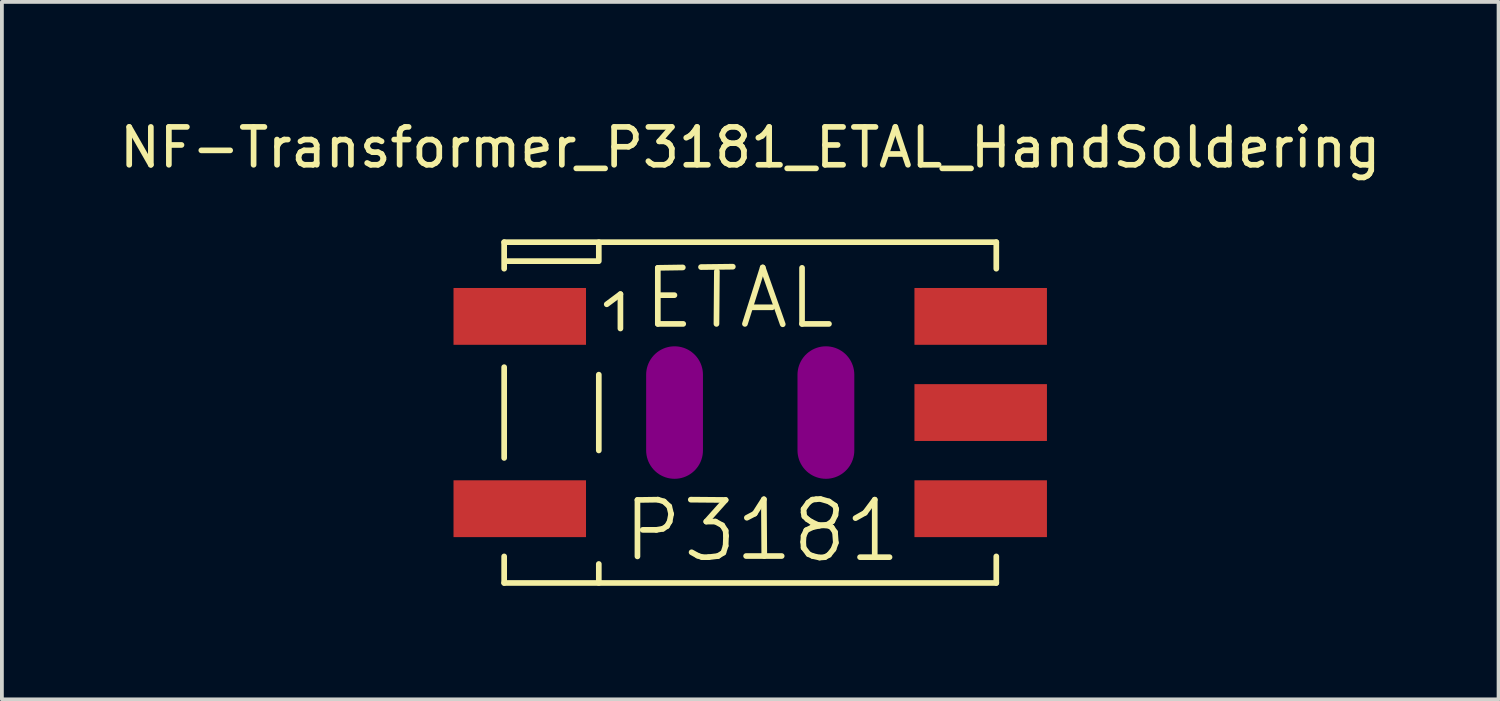
<source format=kicad_pcb>
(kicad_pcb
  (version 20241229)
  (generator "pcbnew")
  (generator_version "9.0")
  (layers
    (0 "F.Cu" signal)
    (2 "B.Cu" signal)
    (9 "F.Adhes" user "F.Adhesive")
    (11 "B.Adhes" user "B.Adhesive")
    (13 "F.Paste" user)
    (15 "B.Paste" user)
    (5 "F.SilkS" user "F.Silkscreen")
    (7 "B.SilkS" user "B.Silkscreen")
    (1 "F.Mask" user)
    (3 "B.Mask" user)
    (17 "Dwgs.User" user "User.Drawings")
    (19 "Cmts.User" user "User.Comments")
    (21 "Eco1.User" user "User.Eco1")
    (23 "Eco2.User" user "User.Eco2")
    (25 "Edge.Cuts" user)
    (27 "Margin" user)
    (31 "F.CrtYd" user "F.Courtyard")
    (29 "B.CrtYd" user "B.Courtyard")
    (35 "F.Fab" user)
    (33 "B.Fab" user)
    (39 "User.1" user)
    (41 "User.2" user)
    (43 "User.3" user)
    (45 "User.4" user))
  (footprint "NF-Transformer_P3181_ETAL_HandSoldering"
    (layer "F.Cu")
    (at 16.768 7.848)
    (property "Reference" "NF-Transformer_P3181_ETAL_HandSoldering" (at 0 -7 0) (layer "F.SilkS") (effects (font (size 1 1) (thickness 0.15))))
    (attr smd)
    (fp_line (start -6.5 -4.501) (end -6.5 -3.8) (stroke (width 0.15) (type solid)) (layer "F.SilkS"))
    (fp_line (start -6.5 -1.199) (end -6.5 1.199) (stroke (width 0.15) (type solid)) (layer "F.SilkS"))
    (fp_line (start -6.5 3.8) (end -6.5 4.501) (stroke (width 0.15) (type solid)) (layer "F.SilkS"))
    (fp_line (start -6.5 4.501) (end 6.5 4.501) (stroke (width 0.15) (type solid)) (layer "F.SilkS"))
    (fp_line (start -4.021 -4) (end -6.421 -4) (stroke (width 0.15) (type solid)) (layer "F.SilkS"))
    (fp_line (start -4 -4.501) (end -4 -4) (stroke (width 0.15) (type solid)) (layer "F.SilkS"))
    (fp_line (start -4 -1.001) (end -4 1.001) (stroke (width 0.15) (type solid)) (layer "F.SilkS"))
    (fp_line (start -4 4.501) (end -4 4) (stroke (width 0.15) (type solid)) (layer "F.SilkS"))
    (fp_line (start -3.79 -2.86) (end -3.429 -3.129) (stroke (width 0.15) (type solid)) (layer "F.SilkS"))
    (fp_line (start -3.429 -3.129) (end -3.429 -2.22) (stroke (width 0.15) (type solid)) (layer "F.SilkS"))
    (fp_line (start -2.979 2.309) (end -2.438 2.301) (stroke (width 0.15) (type solid)) (layer "F.SilkS"))
    (fp_line (start -2.979 3.8) (end -2.979 2.309) (stroke (width 0.15) (type solid)) (layer "F.SilkS"))
    (fp_line (start -2.479 3.099) (end -2.84 3.099) (stroke (width 0.15) (type solid)) (layer "F.SilkS"))
    (fp_line (start -2.441 -3.823) (end -2.441 -2.342) (stroke (width 0.15) (type solid)) (layer "F.SilkS"))
    (fp_line (start -2.441 -2.342) (end -1.77 -2.342) (stroke (width 0.15) (type solid)) (layer "F.SilkS"))
    (fp_line (start -2.438 2.301) (end -2.278 2.349) (stroke (width 0.15) (type solid)) (layer "F.SilkS"))
    (fp_line (start -2.41 -3.101) (end -2.002 -3.101) (stroke (width 0.15) (type solid)) (layer "F.SilkS"))
    (fp_line (start -2.309 3.071) (end -2.479 3.099) (stroke (width 0.15) (type solid)) (layer "F.SilkS"))
    (fp_line (start -2.278 2.349) (end -2.139 2.479) (stroke (width 0.15) (type solid)) (layer "F.SilkS"))
    (fp_line (start -2.2 3) (end -2.309 3.071) (stroke (width 0.15) (type solid)) (layer "F.SilkS"))
    (fp_line (start -2.139 2.479) (end -2.09 2.68) (stroke (width 0.15) (type solid)) (layer "F.SilkS"))
    (fp_line (start -2.129 2.88) (end -2.2 3) (stroke (width 0.15) (type solid)) (layer "F.SilkS"))
    (fp_line (start -2.09 2.68) (end -2.129 2.88) (stroke (width 0.15) (type solid)) (layer "F.SilkS"))
    (fp_line (start -1.781 -3.833) (end -2.441 -3.823) (stroke (width 0.15) (type solid)) (layer "F.SilkS"))
    (fp_line (start -1.57 2.301) (end -0.65 2.309) (stroke (width 0.15) (type solid)) (layer "F.SilkS"))
    (fp_line (start -1.389 3.78) (end -1.549 3.691) (stroke (width 0.15) (type solid)) (layer "F.SilkS"))
    (fp_line (start -1.3 -3.843) (end -0.46 -3.853) (stroke (width 0.15) (type solid)) (layer "F.SilkS"))
    (fp_line (start -1.27 3.82) (end -1.389 3.78) (stroke (width 0.15) (type solid)) (layer "F.SilkS"))
    (fp_line (start -1.161 2.88) (end -0.919 2.88) (stroke (width 0.15) (type solid)) (layer "F.SilkS"))
    (fp_line (start -1.1 3.82) (end -1.27 3.82) (stroke (width 0.15) (type solid)) (layer "F.SilkS"))
    (fp_line (start -0.919 2.88) (end -0.739 2.979) (stroke (width 0.15) (type solid)) (layer "F.SilkS"))
    (fp_line (start -0.892 -2.342) (end -0.881 -3.731) (stroke (width 0.15) (type solid)) (layer "F.SilkS"))
    (fp_line (start -0.851 3.79) (end -1.1 3.82) (stroke (width 0.15) (type solid)) (layer "F.SilkS"))
    (fp_line (start -0.739 2.979) (end -0.65 3.119) (stroke (width 0.15) (type solid)) (layer "F.SilkS"))
    (fp_line (start -0.709 3.701) (end -0.851 3.79) (stroke (width 0.15) (type solid)) (layer "F.SilkS"))
    (fp_line (start -0.65 2.309) (end -1.161 2.88) (stroke (width 0.15) (type solid)) (layer "F.SilkS"))
    (fp_line (start -0.65 3.119) (end -0.64 3.259) (stroke (width 0.15) (type solid)) (layer "F.SilkS"))
    (fp_line (start -0.65 3.52) (end -0.709 3.701) (stroke (width 0.15) (type solid)) (layer "F.SilkS"))
    (fp_line (start -0.64 3.259) (end -0.65 3.52) (stroke (width 0.15) (type solid)) (layer "F.SilkS"))
    (fp_line (start -0.14 -2.342) (end 0.33 -3.833) (stroke (width 0.15) (type solid)) (layer "F.SilkS"))
    (fp_line (start -0.109 3.79) (end 0.831 3.79) (stroke (width 0.15) (type solid)) (layer "F.SilkS"))
    (fp_line (start -0.089 2.779) (end 0.119 2.67) (stroke (width 0.15) (type solid)) (layer "F.SilkS"))
    (fp_line (start 0.038 -2.781) (end 0.579 -2.781) (stroke (width 0.15) (type solid)) (layer "F.SilkS"))
    (fp_line (start 0.119 2.67) (end 0.361 2.291) (stroke (width 0.15) (type solid)) (layer "F.SilkS"))
    (fp_line (start 0.33 -3.833) (end 0.859 -2.332) (stroke (width 0.15) (type solid)) (layer "F.SilkS"))
    (fp_line (start 0.361 2.291) (end 0.371 3.79) (stroke (width 0.15) (type solid)) (layer "F.SilkS"))
    (fp_line (start 1.369 -3.823) (end 1.369 -2.342) (stroke (width 0.15) (type solid)) (layer "F.SilkS"))
    (fp_line (start 1.369 -2.342) (end 2.08 -2.342) (stroke (width 0.15) (type solid)) (layer "F.SilkS"))
    (fp_line (start 1.4 3.419) (end 1.41 3.259) (stroke (width 0.15) (type solid)) (layer "F.SilkS"))
    (fp_line (start 1.41 2.55) (end 1.41 2.639) (stroke (width 0.15) (type solid)) (layer "F.SilkS"))
    (fp_line (start 1.41 2.639) (end 1.43 2.741) (stroke (width 0.15) (type solid)) (layer "F.SilkS"))
    (fp_line (start 1.41 3.259) (end 1.481 3.109) (stroke (width 0.15) (type solid)) (layer "F.SilkS"))
    (fp_line (start 1.41 3.571) (end 1.4 3.419) (stroke (width 0.15) (type solid)) (layer "F.SilkS"))
    (fp_line (start 1.43 2.741) (end 1.511 2.819) (stroke (width 0.15) (type solid)) (layer "F.SilkS"))
    (fp_line (start 1.481 3.109) (end 1.641 3.03) (stroke (width 0.15) (type solid)) (layer "F.SilkS"))
    (fp_line (start 1.511 2.819) (end 1.621 2.891) (stroke (width 0.15) (type solid)) (layer "F.SilkS"))
    (fp_line (start 1.532 2.38) (end 1.41 2.55) (stroke (width 0.15) (type solid)) (layer "F.SilkS"))
    (fp_line (start 1.539 3.739) (end 1.41 3.571) (stroke (width 0.15) (type solid)) (layer "F.SilkS"))
    (fp_line (start 1.621 2.891) (end 1.791 2.969) (stroke (width 0.15) (type solid)) (layer "F.SilkS"))
    (fp_line (start 1.641 2.301) (end 1.532 2.38) (stroke (width 0.15) (type solid)) (layer "F.SilkS"))
    (fp_line (start 1.641 3.03) (end 1.821 2.99) (stroke (width 0.15) (type solid)) (layer "F.SilkS"))
    (fp_line (start 1.651 3.79) (end 1.539 3.739) (stroke (width 0.15) (type solid)) (layer "F.SilkS"))
    (fp_line (start 1.74 2.291) (end 1.641 2.301) (stroke (width 0.15) (type solid)) (layer "F.SilkS"))
    (fp_line (start 1.791 2.969) (end 2.08 2.99) (stroke (width 0.15) (type solid)) (layer "F.SilkS"))
    (fp_line (start 1.821 2.99) (end 2.05 2.959) (stroke (width 0.15) (type solid)) (layer "F.SilkS"))
    (fp_line (start 1.831 3.83) (end 1.651 3.79) (stroke (width 0.15) (type solid)) (layer "F.SilkS"))
    (fp_line (start 1.849 2.281) (end 1.74 2.291) (stroke (width 0.15) (type solid)) (layer "F.SilkS"))
    (fp_line (start 1.971 3.82) (end 1.831 3.83) (stroke (width 0.15) (type solid)) (layer "F.SilkS"))
    (fp_line (start 2.05 2.959) (end 2.169 2.87) (stroke (width 0.15) (type solid)) (layer "F.SilkS"))
    (fp_line (start 2.08 2.349) (end 1.88 2.291) (stroke (width 0.15) (type solid)) (layer "F.SilkS"))
    (fp_line (start 2.08 2.99) (end 2.151 3.03) (stroke (width 0.15) (type solid)) (layer "F.SilkS"))
    (fp_line (start 2.08 3.759) (end 1.971 3.82) (stroke (width 0.15) (type solid)) (layer "F.SilkS"))
    (fp_line (start 2.151 3.03) (end 2.24 3.16) (stroke (width 0.15) (type solid)) (layer "F.SilkS"))
    (fp_line (start 2.169 2.87) (end 2.25 2.71) (stroke (width 0.15) (type solid)) (layer "F.SilkS"))
    (fp_line (start 2.2 3.609) (end 2.08 3.759) (stroke (width 0.15) (type solid)) (layer "F.SilkS"))
    (fp_line (start 2.24 2.459) (end 2.08 2.349) (stroke (width 0.15) (type solid)) (layer "F.SilkS"))
    (fp_line (start 2.24 3.16) (end 2.261 3.439) (stroke (width 0.15) (type solid)) (layer "F.SilkS"))
    (fp_line (start 2.25 2.71) (end 2.271 2.55) (stroke (width 0.15) (type solid)) (layer "F.SilkS"))
    (fp_line (start 2.261 3.439) (end 2.2 3.609) (stroke (width 0.15) (type solid)) (layer "F.SilkS"))
    (fp_line (start 2.271 2.55) (end 2.24 2.459) (stroke (width 0.15) (type solid)) (layer "F.SilkS"))
    (fp_line (start 2.781 2.789) (end 3.03 2.649) (stroke (width 0.15) (type solid)) (layer "F.SilkS"))
    (fp_line (start 2.901 3.82) (end 3.68 3.82) (stroke (width 0.15) (type solid)) (layer "F.SilkS"))
    (fp_line (start 3.03 2.649) (end 3.289 2.301) (stroke (width 0.15) (type solid)) (layer "F.SilkS"))
    (fp_line (start 3.289 2.301) (end 3.289 3.79) (stroke (width 0.15) (type solid)) (layer "F.SilkS"))
    (fp_line (start 6.5 -4.501) (end -6.5 -4.501) (stroke (width 0.15) (type solid)) (layer "F.SilkS"))
    (fp_line (start 6.5 -4.501) (end 6.5 -3.8) (stroke (width 0.15) (type solid)) (layer "F.SilkS"))
    (fp_line (start 6.5 3.8) (end 6.5 4.501) (stroke (width 0.15) (type solid)) (layer "F.SilkS"))
    (pad "" smd oval (at -1.999 0 90) (size 3.5 1.501) (layers "F.Adhes"))
    (pad "" smd oval (at 1.999 0 90) (size 3.5 1.501) (layers "F.Adhes"))
    (pad "1" smd rect (at -6.088 -2.54) (size 3.5 1.501) (layers "F.Cu" "F.Mask" "F.Paste"))
    (pad "2" smd rect (at -6.088 2.54) (size 3.5 1.501) (layers "F.Cu" "F.Mask" "F.Paste"))
    (pad "3" smd rect (at 6.088 2.54) (size 3.5 1.501) (layers "F.Cu" "F.Mask" "F.Paste"))
    (pad "4" smd rect (at 6.088 0) (size 3.5 1.501) (layers "F.Cu" "F.Mask" "F.Paste"))
    (pad "5" smd rect (at 6.088 -2.54) (size 3.5 1.501) (layers "F.Cu" "F.Mask" "F.Paste")))
  (gr_rect
    (start -3 -3)
    (end 36.536 15.424)
    (stroke (width 0.1) (type default))
    (fill no)
    (layer "Edge.Cuts")))
</source>
